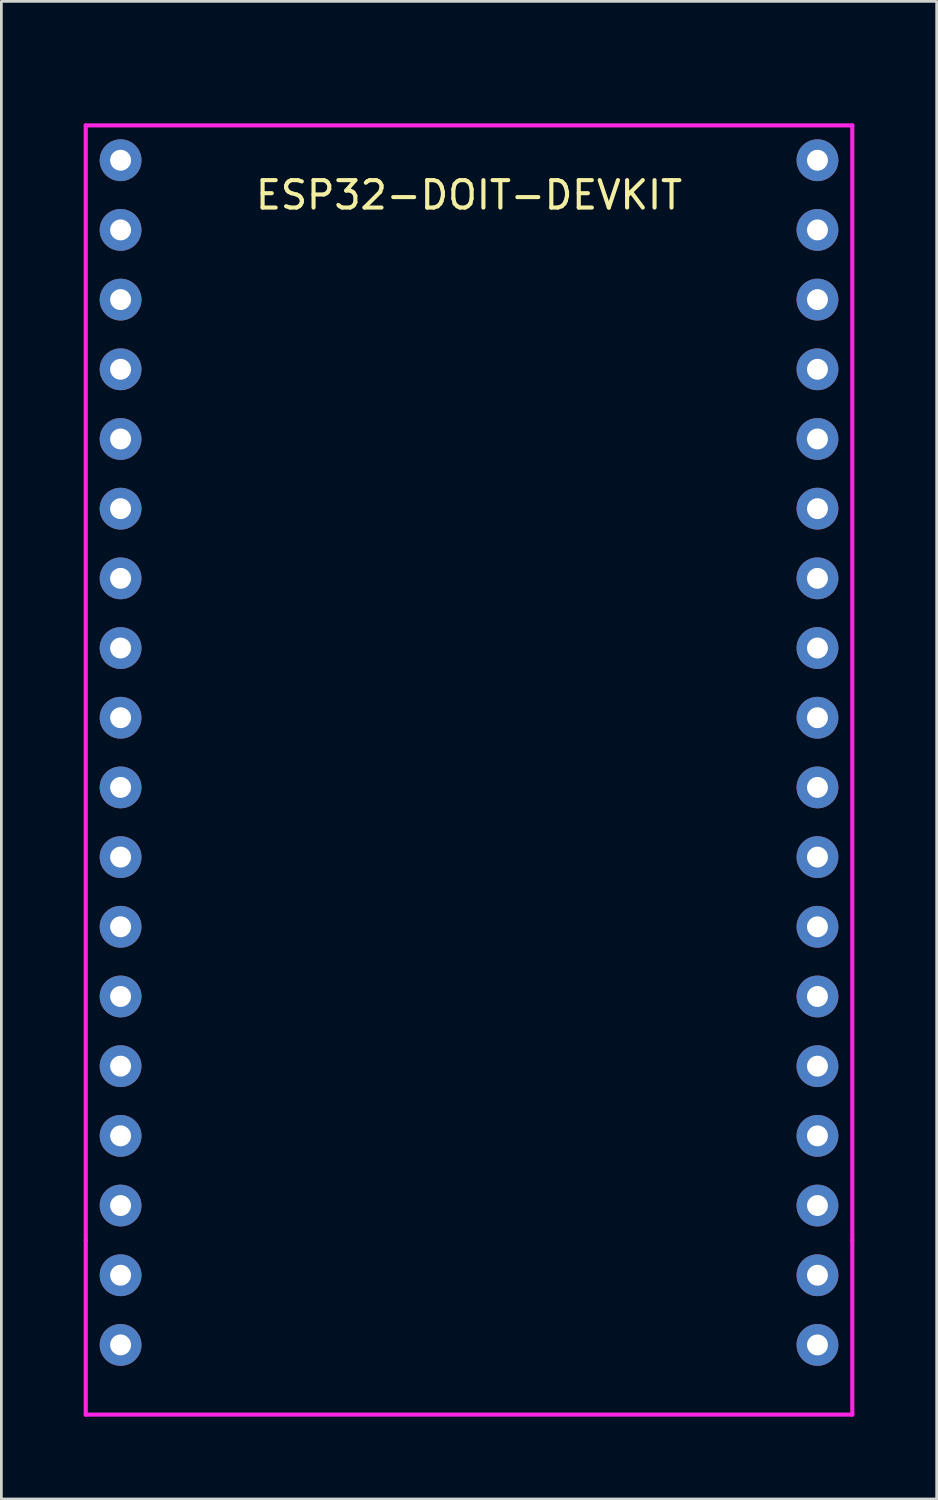
<source format=kicad_pcb>
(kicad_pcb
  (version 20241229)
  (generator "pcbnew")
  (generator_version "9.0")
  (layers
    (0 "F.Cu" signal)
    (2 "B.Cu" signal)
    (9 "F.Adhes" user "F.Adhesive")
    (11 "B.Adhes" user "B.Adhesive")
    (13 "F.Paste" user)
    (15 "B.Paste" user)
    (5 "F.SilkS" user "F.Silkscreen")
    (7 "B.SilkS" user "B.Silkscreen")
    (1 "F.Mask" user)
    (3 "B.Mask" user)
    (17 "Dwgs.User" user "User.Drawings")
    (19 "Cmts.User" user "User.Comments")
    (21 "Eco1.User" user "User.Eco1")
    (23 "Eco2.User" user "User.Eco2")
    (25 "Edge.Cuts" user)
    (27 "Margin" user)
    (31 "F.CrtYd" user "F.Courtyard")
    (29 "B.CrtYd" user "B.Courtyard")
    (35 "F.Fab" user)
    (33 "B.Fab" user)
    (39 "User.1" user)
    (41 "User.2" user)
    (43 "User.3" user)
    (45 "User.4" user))
  (footprint "ESP32-DOIT-DEVKIT"
    (layer "F.Cu")
    (at 14.045 0.25)
    (property "Reference" "ESP32-DOIT-DEVKIT" (at 0 3.81 0) (layer "F.SilkS") (effects (font (size 1 1) (thickness 0.15))))
    (attr through_hole)
    (fp_line (start -13.97 1.27) (end 13.97 1.27) (stroke (width 0.15) (type solid)) (layer "F.CrtYd"))
    (fp_line (start -13.97 41.91) (end -13.97 1.27) (stroke (width 0.15) (type solid)) (layer "F.CrtYd"))
    (fp_line (start -13.97 41.91) (end -13.97 48.26) (stroke (width 0.15) (type solid)) (layer "F.CrtYd"))
    (fp_line (start -13.97 48.26) (end 13.97 48.26) (stroke (width 0.15) (type solid)) (layer "F.CrtYd"))
    (fp_line (start 13.97 1.27) (end 13.97 41.91) (stroke (width 0.15) (type solid)) (layer "F.CrtYd"))
    (fp_line (start 13.97 48.26) (end 13.97 41.91) (stroke (width 0.15) (type solid)) (layer "F.CrtYd"))
    (pad "1" thru_hole circle (at -12.7 2.54) (size 1.524 1.524) (drill 0.762) (layers "*.Cu" "*.Mask"))
    (pad "2" thru_hole circle (at -12.7 5.08) (size 1.524 1.524) (drill 0.762) (layers "*.Cu" "*.Mask"))
    (pad "3" thru_hole circle (at -12.7 7.62) (size 1.524 1.524) (drill 0.762) (layers "*.Cu" "*.Mask"))
    (pad "4" thru_hole circle (at -12.7 10.16) (size 1.524 1.524) (drill 0.762) (layers "*.Cu" "*.Mask"))
    (pad "5" thru_hole circle (at -12.7 12.7) (size 1.524 1.524) (drill 0.762) (layers "*.Cu" "*.Mask"))
    (pad "6" thru_hole circle (at -12.7 15.24) (size 1.524 1.524) (drill 0.762) (layers "*.Cu" "*.Mask"))
    (pad "7" thru_hole circle (at -12.7 17.78) (size 1.524 1.524) (drill 0.762) (layers "*.Cu" "*.Mask"))
    (pad "8" thru_hole circle (at -12.7 20.32) (size 1.524 1.524) (drill 0.762) (layers "*.Cu" "*.Mask"))
    (pad "9" thru_hole circle (at -12.7 22.86) (size 1.524 1.524) (drill 0.762) (layers "*.Cu" "*.Mask"))
    (pad "10" thru_hole circle (at -12.7 25.4) (size 1.524 1.524) (drill 0.762) (layers "*.Cu" "*.Mask"))
    (pad "11" thru_hole circle (at -12.7 27.94) (size 1.524 1.524) (drill 0.762) (layers "*.Cu" "*.Mask"))
    (pad "12" thru_hole circle (at -12.7 30.48) (size 1.524 1.524) (drill 0.762) (layers "*.Cu" "*.Mask"))
    (pad "13" thru_hole circle (at -12.7 33.02) (size 1.524 1.524) (drill 0.762) (layers "*.Cu" "*.Mask"))
    (pad "14" thru_hole circle (at -12.7 35.56) (size 1.524 1.524) (drill 0.762) (layers "*.Cu" "*.Mask"))
    (pad "15" thru_hole circle (at -12.7 38.1) (size 1.524 1.524) (drill 0.762) (layers "*.Cu" "*.Mask"))
    (pad "16" thru_hole circle (at -12.7 40.64) (size 1.524 1.524) (drill 0.762) (layers "*.Cu" "*.Mask"))
    (pad "17" thru_hole circle (at -12.7 43.18) (size 1.524 1.524) (drill 0.762) (layers "*.Cu" "*.Mask"))
    (pad "18" thru_hole circle (at -12.7 45.72) (size 1.524 1.524) (drill 0.762) (layers "*.Cu" "*.Mask"))
    (pad "19" thru_hole circle (at 12.7 45.72) (size 1.524 1.524) (drill 0.762) (layers "*.Cu" "*.Mask"))
    (pad "20" thru_hole circle (at 12.7 43.18) (size 1.524 1.524) (drill 0.762) (layers "*.Cu" "*.Mask"))
    (pad "21" thru_hole circle (at 12.7 40.64) (size 1.524 1.524) (drill 0.762) (layers "*.Cu" "*.Mask"))
    (pad "22" thru_hole circle (at 12.7 38.1) (size 1.524 1.524) (drill 0.762) (layers "*.Cu" "*.Mask"))
    (pad "23" thru_hole circle (at 12.7 35.56) (size 1.524 1.524) (drill 0.762) (layers "*.Cu" "*.Mask"))
    (pad "24" thru_hole circle (at 12.7 33.02) (size 1.524 1.524) (drill 0.762) (layers "*.Cu" "*.Mask"))
    (pad "25" thru_hole circle (at 12.7 30.48) (size 1.524 1.524) (drill 0.762) (layers "*.Cu" "*.Mask"))
    (pad "26" thru_hole circle (at 12.7 27.94) (size 1.524 1.524) (drill 0.762) (layers "*.Cu" "*.Mask"))
    (pad "27" thru_hole circle (at 12.7 25.4) (size 1.524 1.524) (drill 0.762) (layers "*.Cu" "*.Mask"))
    (pad "28" thru_hole circle (at 12.7 22.86) (size 1.524 1.524) (drill 0.762) (layers "*.Cu" "*.Mask"))
    (pad "29" thru_hole circle (at 12.7 20.32) (size 1.524 1.524) (drill 0.762) (layers "*.Cu" "*.Mask"))
    (pad "30" thru_hole circle (at 12.7 17.78) (size 1.524 1.524) (drill 0.762) (layers "*.Cu" "*.Mask"))
    (pad "31" thru_hole circle (at 12.7 15.24) (size 1.524 1.524) (drill 0.762) (layers "*.Cu" "*.Mask"))
    (pad "32" thru_hole circle (at 12.7 12.7) (size 1.524 1.524) (drill 0.762) (layers "*.Cu" "*.Mask"))
    (pad "33" thru_hole circle (at 12.7 10.16) (size 1.524 1.524) (drill 0.762) (layers "*.Cu" "*.Mask"))
    (pad "34" thru_hole circle (at 12.7 7.62) (size 1.524 1.524) (drill 0.762) (layers "*.Cu" "*.Mask"))
    (pad "35" thru_hole circle (at 12.7 5.08) (size 1.524 1.524) (drill 0.762) (layers "*.Cu" "*.Mask"))
    (pad "36" thru_hole circle (at 12.7 2.54) (size 1.524 1.524) (drill 0.762) (layers "*.Cu" "*.Mask")))
  (gr_rect
    (start -3 -3)
    (end 31.09 51.585)
    (stroke (width 0.1) (type default))
    (fill no)
    (layer "Edge.Cuts")))
</source>
